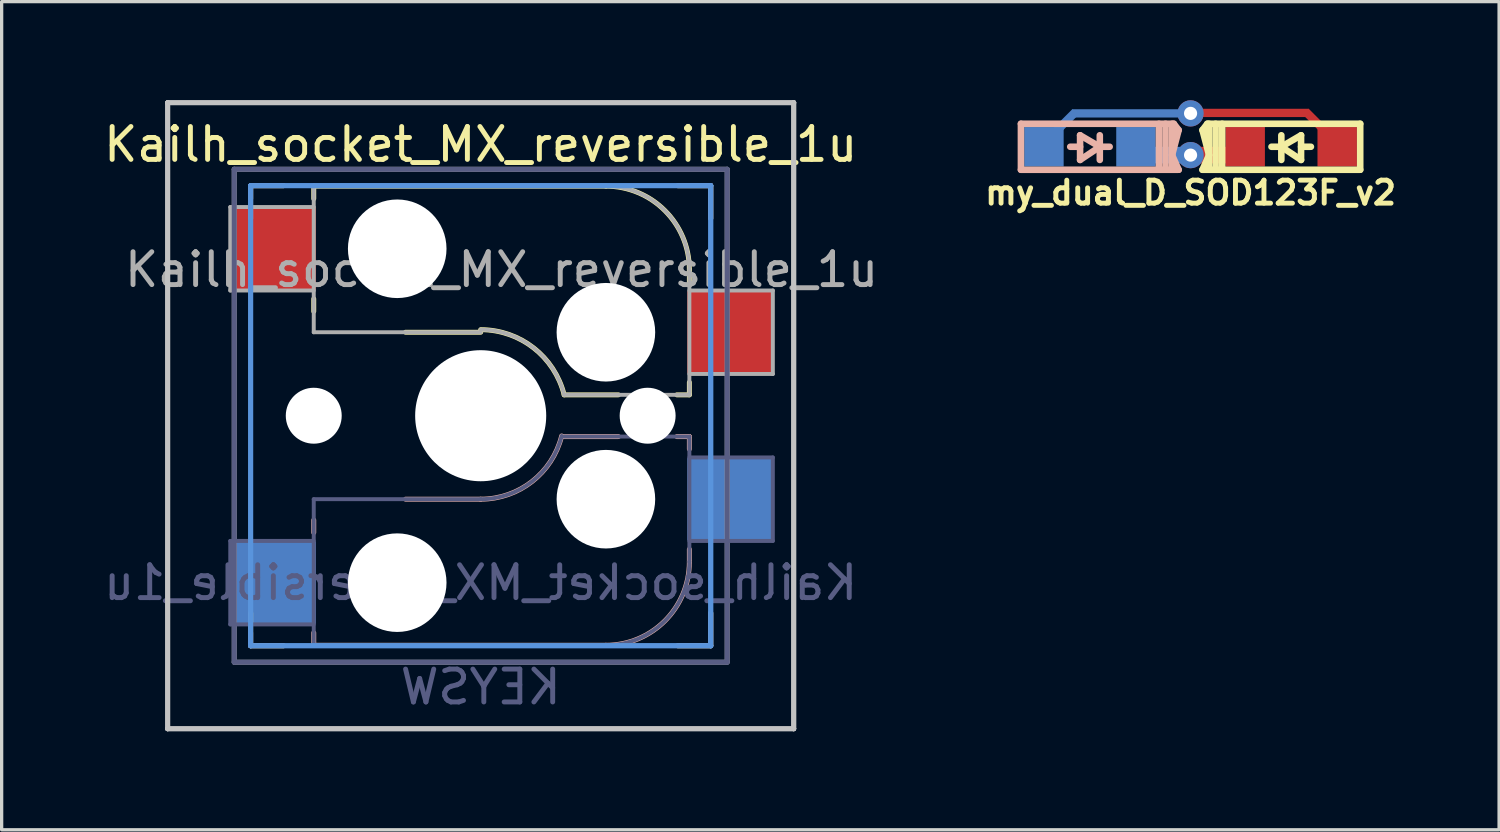
<source format=kicad_pcb>
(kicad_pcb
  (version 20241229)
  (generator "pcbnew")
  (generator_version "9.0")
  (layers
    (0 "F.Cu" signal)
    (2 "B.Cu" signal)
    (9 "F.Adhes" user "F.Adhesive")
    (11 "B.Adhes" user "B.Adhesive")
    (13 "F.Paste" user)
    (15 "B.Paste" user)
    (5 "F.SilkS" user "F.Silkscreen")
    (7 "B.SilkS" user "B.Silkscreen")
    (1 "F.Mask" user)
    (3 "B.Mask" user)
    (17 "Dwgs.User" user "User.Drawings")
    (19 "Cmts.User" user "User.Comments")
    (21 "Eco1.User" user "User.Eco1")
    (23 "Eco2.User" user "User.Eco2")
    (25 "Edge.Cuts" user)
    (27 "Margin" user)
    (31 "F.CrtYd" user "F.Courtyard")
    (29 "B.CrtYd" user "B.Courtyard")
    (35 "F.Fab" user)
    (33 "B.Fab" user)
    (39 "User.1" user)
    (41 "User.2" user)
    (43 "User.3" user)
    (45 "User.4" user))
  (footprint "Kailh_socket_MX_reversible_1u"
    (layer "F.Cu")
    (at 11.577 9.6)
    (property "Reference" "Kailh_socket_MX_reversible_1u" (at 0 -8.255 0) (layer "F.SilkS") (effects (font (size 1 1) (thickness 0.15))))
    (property "Value" "KEYSW" (at 0 8.255 0) (layer "F.Fab") (hide yes) (effects (font (size 1 1) (thickness 0.15))))
    (attr smd)
    (fp_line (start -7 -7) (end -6 -7) (stroke (width 0.15) (type solid)) (layer "F.SilkS"))
    (fp_line (start -7 -6.604) (end -7 -7) (stroke (width 0.15) (type solid)) (layer "F.SilkS"))
    (fp_line (start -7 7) (end -7 6) (stroke (width 0.15) (type solid)) (layer "F.SilkS"))
    (fp_line (start -6 7) (end -7 7) (stroke (width 0.15) (type solid)) (layer "F.SilkS"))
    (fp_line (start -5.08 -6.985) (end -5.08 -6.604) (stroke (width 0.15) (type solid)) (layer "F.SilkS"))
    (fp_line (start -5.08 -3.556) (end -5.08 -3.175) (stroke (width 0.15) (type solid)) (layer "F.SilkS"))
    (fp_line (start -2.286 -2.54) (end 0 -2.54) (stroke (width 0.15) (type solid)) (layer "F.SilkS"))
    (fp_line (start 2.54 -0.635) (end 4.191 -0.635) (stroke (width 0.15) (type solid)) (layer "F.SilkS"))
    (fp_line (start 3.81 -6.985) (end -5.08 -6.985) (stroke (width 0.15) (type solid)) (layer "F.SilkS"))
    (fp_line (start 5.969 -0.635) (end 6.35 -0.635) (stroke (width 0.15) (type solid)) (layer "F.SilkS"))
    (fp_line (start 6 -7) (end 7 -7) (stroke (width 0.15) (type solid)) (layer "F.SilkS"))
    (fp_line (start 6.35 -4.445) (end 6.35 -4.064) (stroke (width 0.15) (type solid)) (layer "F.SilkS"))
    (fp_line (start 6.35 -0.635) (end 6.35 -1.016) (stroke (width 0.15) (type solid)) (layer "F.SilkS"))
    (fp_line (start 7 -7) (end 7 -6) (stroke (width 0.15) (type solid)) (layer "F.SilkS"))
    (fp_line (start 7 6) (end 7 7) (stroke (width 0.15) (type solid)) (layer "F.SilkS"))
    (fp_line (start 7 7) (end 6 7) (stroke (width 0.15) (type solid)) (layer "F.SilkS"))
    (fp_arc (start 0.000001 -2.618171) (mid 1.611255 -2.063656) (end 2.539999 -0.634999) (stroke (width 0.15) (type solid)) (layer "F.SilkS"))
    (fp_arc (start 3.81 -6.985) (mid 5.606051 -6.241051) (end 6.35 -4.445) (stroke (width 0.15) (type solid)) (layer "F.SilkS"))
    (fp_line (start -7 -7) (end -6 -7) (stroke (width 0.15) (type solid)) (layer "B.SilkS"))
    (fp_line (start -7 -6) (end -7 -7) (stroke (width 0.15) (type solid)) (layer "B.SilkS"))
    (fp_line (start -7 7) (end -7 6.604) (stroke (width 0.15) (type solid)) (layer "B.SilkS"))
    (fp_line (start -6 7) (end -7 7) (stroke (width 0.15) (type solid)) (layer "B.SilkS"))
    (fp_line (start -5.08 3.175) (end -5.08 3.556) (stroke (width 0.15) (type solid)) (layer "B.SilkS"))
    (fp_line (start -5.08 6.604) (end -5.08 6.985) (stroke (width 0.15) (type solid)) (layer "B.SilkS"))
    (fp_line (start -5.08 6.985) (end 3.81 6.985) (stroke (width 0.15) (type solid)) (layer "B.SilkS"))
    (fp_line (start 0 2.54) (end -2.286 2.54) (stroke (width 0.15) (type solid)) (layer "B.SilkS"))
    (fp_line (start 4.191 0.635) (end 2.54 0.635) (stroke (width 0.15) (type solid)) (layer "B.SilkS"))
    (fp_line (start 6 -7) (end 7 -7) (stroke (width 0.15) (type solid)) (layer "B.SilkS"))
    (fp_line (start 6.35 0.635) (end 5.969 0.635) (stroke (width 0.15) (type solid)) (layer "B.SilkS"))
    (fp_line (start 6.35 1.016) (end 6.35 0.635) (stroke (width 0.15) (type solid)) (layer "B.SilkS"))
    (fp_line (start 6.35 4.445) (end 6.35 4.064) (stroke (width 0.15) (type solid)) (layer "B.SilkS"))
    (fp_line (start 7 -7) (end 7 -6) (stroke (width 0.15) (type solid)) (layer "B.SilkS"))
    (fp_line (start 7 6) (end 7 7) (stroke (width 0.15) (type solid)) (layer "B.SilkS"))
    (fp_line (start 7 7) (end 6 7) (stroke (width 0.15) (type solid)) (layer "B.SilkS"))
    (fp_arc (start 2.464162 0.61604) (mid 1.563147 2.002042) (end 0 2.54) (stroke (width 0.15) (type solid)) (layer "B.SilkS"))
    (fp_arc (start 6.35 4.445) (mid 5.606051 6.241051) (end 3.81 6.985) (stroke (width 0.15) (type solid)) (layer "B.SilkS"))
    (fp_line (start -9.525 -9.525) (end -9.525 -9.525) (stroke (width 0.15) (type solid)) (layer "Dwgs.User"))
    (fp_line (start -9.525 -9.525) (end -9.525 -9.525) (stroke (width 0.15) (type solid)) (layer "Dwgs.User"))
    (fp_line (start -9.525 -9.525) (end -9.525 9.525) (stroke (width 0.15) (type solid)) (layer "Dwgs.User"))
    (fp_line (start -9.525 -9.525) (end 9.525 -9.525) (stroke (width 0.15) (type solid)) (layer "Dwgs.User"))
    (fp_line (start -9.525 9.525) (end -9.525 -9.525) (stroke (width 0.15) (type solid)) (layer "Dwgs.User"))
    (fp_line (start -9.525 9.525) (end -9.525 9.525) (stroke (width 0.15) (type solid)) (layer "Dwgs.User"))
    (fp_line (start -9.525 9.525) (end -9.525 9.525) (stroke (width 0.15) (type solid)) (layer "Dwgs.User"))
    (fp_line (start -9.525 9.525) (end 9.525 9.525) (stroke (width 0.15) (type solid)) (layer "Dwgs.User"))
    (fp_line (start 9.525 -9.525) (end -9.525 -9.525) (stroke (width 0.15) (type solid)) (layer "Dwgs.User"))
    (fp_line (start 9.525 -9.525) (end 9.525 -9.525) (stroke (width 0.15) (type solid)) (layer "Dwgs.User"))
    (fp_line (start 9.525 -9.525) (end 9.525 -9.525) (stroke (width 0.15) (type solid)) (layer "Dwgs.User"))
    (fp_line (start 9.525 -9.525) (end 9.525 9.525) (stroke (width 0.15) (type solid)) (layer "Dwgs.User"))
    (fp_line (start 9.525 9.525) (end -9.525 9.525) (stroke (width 0.15) (type solid)) (layer "Dwgs.User"))
    (fp_line (start 9.525 9.525) (end 9.525 -9.525) (stroke (width 0.15) (type solid)) (layer "Dwgs.User"))
    (fp_line (start 9.525 9.525) (end 9.525 9.525) (stroke (width 0.15) (type solid)) (layer "Dwgs.User"))
    (fp_line (start 9.525 9.525) (end 9.525 9.525) (stroke (width 0.15) (type solid)) (layer "Dwgs.User"))
    (fp_line (start -7 -7) (end -7 7) (stroke (width 0.15) (type solid)) (layer "Cmts.User"))
    (fp_line (start -7 -7) (end 7 -7) (stroke (width 0.15) (type solid)) (layer "Cmts.User"))
    (fp_line (start -7 7) (end -7 -7) (stroke (width 0.15) (type solid)) (layer "Cmts.User"))
    (fp_line (start -7 7) (end -7 7) (stroke (width 0.15) (type solid)) (layer "Cmts.User"))
    (fp_line (start -7 7) (end -7 7) (stroke (width 0.15) (type solid)) (layer "Cmts.User"))
    (fp_line (start -7 7) (end 7 7) (stroke (width 0.15) (type solid)) (layer "Cmts.User"))
    (fp_line (start 7 -7) (end -7 -7) (stroke (width 0.15) (type solid)) (layer "Cmts.User"))
    (fp_line (start 7 -7) (end 7 -7) (stroke (width 0.15) (type solid)) (layer "Cmts.User"))
    (fp_line (start 7 -7) (end 7 -7) (stroke (width 0.15) (type solid)) (layer "Cmts.User"))
    (fp_line (start 7 -7) (end 7 7) (stroke (width 0.15) (type solid)) (layer "Cmts.User"))
    (fp_line (start 7 7) (end -7 7) (stroke (width 0.15) (type solid)) (layer "Cmts.User"))
    (fp_line (start 7 7) (end 7 -7) (stroke (width 0.15) (type solid)) (layer "Cmts.User"))
    (fp_line (start 7 7) (end 7 7) (stroke (width 0.15) (type solid)) (layer "Cmts.User"))
    (fp_line (start 7 7) (end 7 7) (stroke (width 0.15) (type solid)) (layer "Cmts.User"))
    (fp_line (start -6.9 6.9) (end -6.9 -6.9) (stroke (width 0.15) (type solid)) (layer "Eco2.User"))
    (fp_line (start -6.9 6.9) (end 6.9 6.9) (stroke (width 0.15) (type solid)) (layer "Eco2.User"))
    (fp_line (start 6.9 -6.9) (end -6.9 -6.9) (stroke (width 0.15) (type solid)) (layer "Eco2.User"))
    (fp_line (start 6.9 -6.9) (end 6.9 6.9) (stroke (width 0.15) (type solid)) (layer "Eco2.User"))
    (fp_line (start -7.62 3.81) (end -7.62 6.35) (stroke (width 0.12) (type solid)) (layer "B.Fab"))
    (fp_line (start -7.62 6.35) (end -5.08 6.35) (stroke (width 0.12) (type solid)) (layer "B.Fab"))
    (fp_line (start -7.5 -7.5) (end 7.5 -7.5) (stroke (width 0.15) (type solid)) (layer "B.Fab"))
    (fp_line (start -7.5 7.5) (end -7.5 -7.5) (stroke (width 0.15) (type solid)) (layer "B.Fab"))
    (fp_line (start -5.08 2.54) (end -5.08 6.985) (stroke (width 0.12) (type solid)) (layer "B.Fab"))
    (fp_line (start -5.08 3.81) (end -7.62 3.81) (stroke (width 0.12) (type solid)) (layer "B.Fab"))
    (fp_line (start -5.08 6.985) (end 3.81 6.985) (stroke (width 0.12) (type solid)) (layer "B.Fab"))
    (fp_line (start 0 2.54) (end -5.08 2.54) (stroke (width 0.12) (type solid)) (layer "B.Fab"))
    (fp_line (start 6.35 0.635) (end 2.54 0.635) (stroke (width 0.12) (type solid)) (layer "B.Fab"))
    (fp_line (start 6.35 3.81) (end 8.89 3.81) (stroke (width 0.12) (type solid)) (layer "B.Fab"))
    (fp_line (start 6.35 4.445) (end 6.35 0.635) (stroke (width 0.12) (type solid)) (layer "B.Fab"))
    (fp_line (start 7.5 -7.5) (end 7.5 7.5) (stroke (width 0.15) (type solid)) (layer "B.Fab"))
    (fp_line (start 7.5 7.5) (end -7.5 7.5) (stroke (width 0.15) (type solid)) (layer "B.Fab"))
    (fp_line (start 8.89 1.27) (end 6.35 1.27) (stroke (width 0.12) (type solid)) (layer "B.Fab"))
    (fp_line (start 8.89 3.81) (end 8.89 1.27) (stroke (width 0.12) (type solid)) (layer "B.Fab"))
    (fp_arc (start 2.464162 0.61604) (mid 1.563147 2.002042) (end 0 2.54) (stroke (width 0.12) (type solid)) (layer "B.Fab"))
    (fp_arc (start 6.35 4.445) (mid 5.606051 6.241051) (end 3.81 6.985) (stroke (width 0.12) (type solid)) (layer "B.Fab"))
    (fp_line (start -7.62 -6.35) (end -7.62 -3.81) (stroke (width 0.12) (type solid)) (layer "F.Fab"))
    (fp_line (start -7.62 -3.81) (end -5.08 -3.81) (stroke (width 0.12) (type solid)) (layer "F.Fab"))
    (fp_line (start -7.5 -7.5) (end 7.5 -7.5) (stroke (width 0.15) (type solid)) (layer "F.Fab"))
    (fp_line (start -7.5 7.5) (end -7.5 -7.5) (stroke (width 0.15) (type solid)) (layer "F.Fab"))
    (fp_line (start -5.08 -6.985) (end -5.08 -2.54) (stroke (width 0.12) (type solid)) (layer "F.Fab"))
    (fp_line (start -5.08 -6.35) (end -7.62 -6.35) (stroke (width 0.12) (type solid)) (layer "F.Fab"))
    (fp_line (start -5.08 -2.54) (end 0 -2.54) (stroke (width 0.12) (type solid)) (layer "F.Fab"))
    (fp_line (start 2.54 -0.635) (end 6.35 -0.635) (stroke (width 0.12) (type solid)) (layer "F.Fab"))
    (fp_line (start 3.81 -6.985) (end -5.08 -6.985) (stroke (width 0.12) (type solid)) (layer "F.Fab"))
    (fp_line (start 6.35 -1.27) (end 8.89 -1.27) (stroke (width 0.12) (type solid)) (layer "F.Fab"))
    (fp_line (start 6.35 -0.635) (end 6.35 -4.445) (stroke (width 0.12) (type solid)) (layer "F.Fab"))
    (fp_line (start 7.5 -7.5) (end 7.5 7.5) (stroke (width 0.15) (type solid)) (layer "F.Fab"))
    (fp_line (start 7.5 7.5) (end -7.5 7.5) (stroke (width 0.15) (type solid)) (layer "F.Fab"))
    (fp_line (start 8.89 -3.81) (end 6.35 -3.81) (stroke (width 0.12) (type solid)) (layer "F.Fab"))
    (fp_line (start 8.89 -1.27) (end 8.89 -3.81) (stroke (width 0.12) (type solid)) (layer "F.Fab"))
    (fp_arc (start 0.000001 -2.618171) (mid 1.611255 -2.063656) (end 2.539999 -0.634999) (stroke (width 0.12) (type solid)) (layer "F.Fab"))
    (fp_arc (start 3.81 -6.985) (mid 5.606051 -6.241051) (end 6.35 -4.445) (stroke (width 0.12) (type solid)) (layer "F.Fab"))
    (fp_poly (pts (xy 7.144 7.144) (xy -7.144 7.144) (xy -7.144 -7.144) (xy 7.144 -7.144)) (stroke (width 0.12) (type solid)) (fill no) (layer "User.2"))
    (fp_poly (pts (xy 2.381 8.334) (xy -2.381 8.334) (xy -2.381 -8.334) (xy 2.381 -8.334)) (stroke (width 0.12) (type solid)) (fill no) (layer "User.3"))
    (fp_text user "${VALUE}" (at 0 8.255 0) (layer "B.Fab") (effects (font (size 1 1) (thickness 0.15)) (justify mirror)))
    (fp_text user "${REFERENCE}" (at 0 5.08 0) (layer "B.Fab") (effects (font (size 1 1) (thickness 0.15)) (justify mirror)))
    (fp_text user "${REFERENCE}" (at 0.635 -4.445 0) (layer "F.Fab") (effects (font (size 1 1) (thickness 0.15))))
    (pad "" np_thru_hole circle (at -5.08 0) (size 1.702 1.702) (drill 1.702) (layers "*.Cu" "*.Mask"))
    (pad "" np_thru_hole circle (at -2.54 -5.08) (size 3 3) (drill 3) (layers "*.Cu" "*.Mask"))
    (pad "" np_thru_hole circle (at -2.54 5.08) (size 3 3) (drill 3) (layers "*.Cu" "*.Mask"))
    (pad "" np_thru_hole circle (at 0 0) (size 3.988 3.988) (drill 3.988) (layers "*.Cu" "*.Mask"))
    (pad "" np_thru_hole circle (at 3.81 -2.54) (size 3 3) (drill 3) (layers "*.Cu" "*.Mask"))
    (pad "" np_thru_hole circle (at 3.81 2.54) (size 3 3) (drill 3) (layers "*.Cu" "*.Mask"))
    (pad "" np_thru_hole circle (at 5.08 0) (size 1.702 1.702) (drill 1.702) (layers "*.Cu" "*.Mask"))
    (pad "1" smd rect (at -6.29 -5.08) (size 2.55 2.5) (layers "F.Cu" "F.Mask" "F.Paste"))
    (pad "1" smd rect (at -6.29 5.08) (size 2.55 2.5) (layers "B.Cu" "B.Mask" "B.Paste"))
    (pad "2" smd rect (at 7.56 -2.54) (size 2.55 2.5) (layers "F.Cu" "F.Mask" "F.Paste"))
    (pad "2" smd rect (at 7.56 2.54) (size 2.55 2.5) (layers "B.Cu" "B.Mask" "B.Paste")))
  (footprint "my_dual_D_SOD123F_v2"
    (layer "F.Cu")
    (at 33.178 1.416)
    (property "Reference" "my_dual_D_SOD123F_v2" (at 0 1.4 0) (layer "F.SilkS") (effects (font (size 0.7 0.7) (thickness 0.15))))
    (attr through_hole)
    (fp_line (start 0.362 -0.508) (end 0.508 -0.7) (stroke (width 0.2) (type solid)) (layer "F.SilkS"))
    (fp_line (start 0.362 -0.508) (end 0.562 0.254) (stroke (width 0.2) (type solid)) (layer "F.SilkS"))
    (fp_line (start 0.362 0.7) (end 5.162 0.7) (stroke (width 0.2) (type solid)) (layer "F.SilkS"))
    (fp_line (start 0.508 -0.7) (end 5.162 -0.7) (stroke (width 0.2) (type solid)) (layer "F.SilkS"))
    (fp_line (start 0.562 -0.7) (end 0.562 0.7) (stroke (width 0.2) (type solid)) (layer "F.SilkS"))
    (fp_line (start 0.562 0.254) (end 0.362 0.7) (stroke (width 0.2) (type solid)) (layer "F.SilkS"))
    (fp_line (start 0.762 -0.7) (end 0.762 0.7) (stroke (width 0.2) (type solid)) (layer "F.SilkS"))
    (fp_line (start 0.962 -0.7) (end 0.962 0.7) (stroke (width 0.2) (type solid)) (layer "F.SilkS"))
    (fp_line (start 2.762 -0.35) (end 2.762 0.4) (stroke (width 0.2) (type solid)) (layer "F.SilkS"))
    (fp_line (start 2.762 0) (end 2.462 0) (stroke (width 0.2) (type solid)) (layer "F.SilkS"))
    (fp_line (start 2.762 0) (end 3.362 -0.35) (stroke (width 0.2) (type solid)) (layer "F.SilkS"))
    (fp_line (start 3.362 -0.35) (end 3.362 0.4) (stroke (width 0.2) (type solid)) (layer "F.SilkS"))
    (fp_line (start 3.362 0) (end 3.662 0) (stroke (width 0.2) (type solid)) (layer "F.SilkS"))
    (fp_line (start 3.362 0.4) (end 2.762 0) (stroke (width 0.2) (type solid)) (layer "F.SilkS"))
    (fp_line (start 5.162 -0.7) (end 5.162 0.7) (stroke (width 0.2) (type solid)) (layer "F.SilkS"))
    (fp_line (start -5.162 -0.7) (end -5.162 0.7) (stroke (width 0.2) (type solid)) (layer "B.SilkS"))
    (fp_line (start -3.362 -0.35) (end -3.362 0.4) (stroke (width 0.2) (type solid)) (layer "B.SilkS"))
    (fp_line (start -3.362 0) (end -3.662 0) (stroke (width 0.2) (type solid)) (layer "B.SilkS"))
    (fp_line (start -3.362 0.4) (end -2.762 0) (stroke (width 0.2) (type solid)) (layer "B.SilkS"))
    (fp_line (start -2.762 -0.35) (end -2.762 0.4) (stroke (width 0.2) (type solid)) (layer "B.SilkS"))
    (fp_line (start -2.762 0) (end -3.362 -0.35) (stroke (width 0.2) (type solid)) (layer "B.SilkS"))
    (fp_line (start -2.762 0) (end -2.462 0) (stroke (width 0.2) (type solid)) (layer "B.SilkS"))
    (fp_line (start -0.962 -0.7) (end -0.962 0.7) (stroke (width 0.2) (type solid)) (layer "B.SilkS"))
    (fp_line (start -0.762 -0.7) (end -0.762 0.7) (stroke (width 0.2) (type solid)) (layer "B.SilkS"))
    (fp_line (start -0.562 -0.7) (end -0.562 0.7) (stroke (width 0.2) (type solid)) (layer "B.SilkS"))
    (fp_line (start -0.562 0.254) (end -0.362 0.7) (stroke (width 0.2) (type solid)) (layer "B.SilkS"))
    (fp_line (start -0.508 -0.7) (end -5.162 -0.7) (stroke (width 0.2) (type solid)) (layer "B.SilkS"))
    (fp_line (start -0.362 -0.508) (end -0.562 0.254) (stroke (width 0.2) (type solid)) (layer "B.SilkS"))
    (fp_line (start -0.362 -0.508) (end -0.508 -0.7) (stroke (width 0.2) (type solid)) (layer "B.SilkS"))
    (fp_line (start -0.362 0.7) (end -5.162 0.7) (stroke (width 0.2) (type solid)) (layer "B.SilkS"))
    (pad "1" smd rect (at -1.662 0) (size 1.2 1.2) (layers "B.Cu" "B.Mask" "B.Paste"))
    (pad "1" smd rect (at -1.016 0.254) (size 1.704 0.504) (layers "B.Cu"))
    (pad "1" thru_hole circle (at 0 0.254) (size 0.8 0.8) (drill 0.4) (layers "*.Cu" "*.Mask"))
    (pad "1" smd rect (at 1.016 0.254) (size 1.704 0.504) (layers "F.Cu"))
    (pad "1" smd rect (at 1.662 0) (size 1.2 1.2) (layers "F.Cu" "F.Mask" "F.Paste"))
    (pad "2" smd rect (at -4.462 0) (size 1.2 1.2) (layers "B.Cu" "B.Mask" "B.Paste"))
    (pad "2" smd rect (at -4.068 -0.494 135) (size 0.254 1.587) (layers "B.Cu"))
    (pad "2" smd rect (at -1.778 -1.016) (size 3.646 0.252) (layers "B.Cu"))
    (pad "2" thru_hole circle (at 0 -1.016) (size 0.8 0.8) (drill 0.4) (layers "*.Cu" "*.Mask"))
    (pad "2" smd rect (at 1.774 -1.03) (size 3.646 0.252) (layers "F.Cu"))
    (pad "2" smd rect (at 4.064 -0.508 225) (size 0.254 1.587) (layers "F.Cu"))
    (pad "2" smd rect (at 4.462 0) (size 1.2 1.2) (layers "F.Cu" "F.Mask" "F.Paste")))
  (gr_rect
    (start -3 -3)
    (end 42.566 22.2)
    (stroke (width 0.1) (type default))
    (fill no)
    (layer "Edge.Cuts")))
</source>
